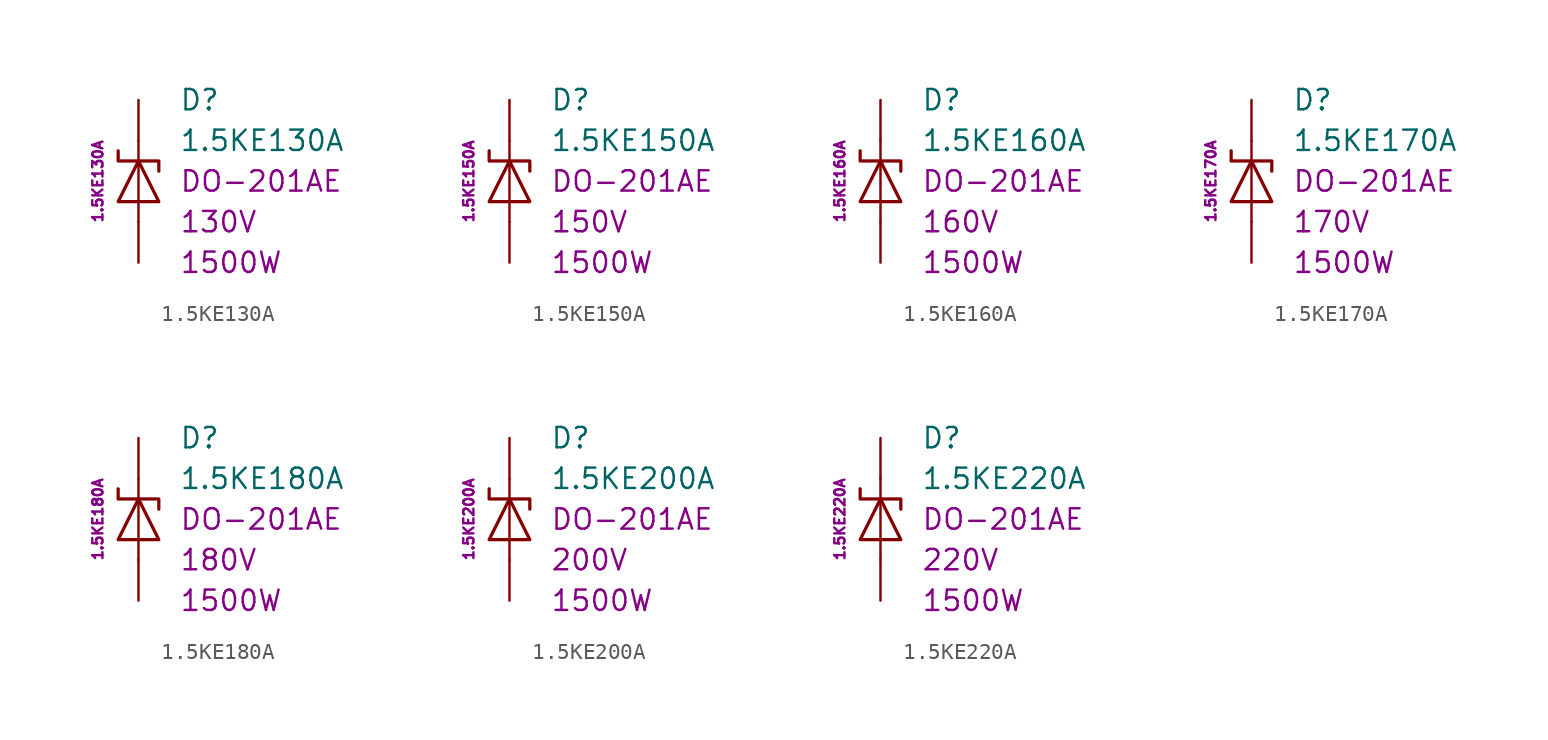
<source format=kicad_sym>
(kicad_symbol_lib
  (version 20201005)
  (generator kicad_symbol_editor)
  (symbol "1.5KE130A"
    (pin_numbers hide)
    (pin_names
      (offset 1.016) hide)
    (property "Reference" "D"
      (at 2.54 5.08 0)
      (effects (font (size 1.27 1.27)) (justify left)))
    (property "Value" "1.5KE130A"
      (at 2.54 2.54 0)
      (effects (font (size 1.27 1.27)) (justify left)))
    (property "Package" "DO-201AE"
      (at 2.54 0 0)
      (effects (font (size 1.27 1.27)) (justify left)))
    (property "Voltage" "130V"
      (at 2.54 -2.54 0)
      (effects (font (size 1.27 1.27)) (justify left)))
    (property "PeakPulsePower" "1500W"
      (at 2.54 -5.08 0)
      (effects (font (size 1.27 1.27)) (justify left)))
    (property "MPN" "1.5KE130A"
      (at -2.54 0 90)
      (effects (font (size 0.635 0.635))))
    (symbol "1.5KE130A_0_1"
      (polyline (pts (xy 0 -2.54) (xy 0 -1.27)) (stroke (width 0)) (fill (type none)))
      (polyline (pts (xy 0 -1.27) (xy 0 1.27)) (stroke (width 0)) (fill (type none)))
      (polyline (pts (xy 0 2.54) (xy 0 1.27)) (stroke (width 0)) (fill (type none)))
      (polyline (pts (xy -1.27 -1.27) (xy 1.27 -1.27) (xy 0 1.27) (xy -1.27 -1.27)) (stroke (width 0.203)) (fill (type none)))
      (polyline (pts (xy -1.27 1.905) (xy -1.27 1.27) (xy 1.27 1.27) (xy 1.27 0.635)) (stroke (width 0.203)) (fill (type none))))
    (symbol "1.5KE130A_1_1"
      (pin passive line (at 0 5.08 270) (length 2.54) (name "K" (effects (font (size 1.27 1.27)))) (number "1" (effects (font (size 1.27 1.27)))))
      (pin passive line (at 0 -5.08 90) (length 2.54) (name "A" (effects (font (size 1.27 1.27)))) (number "2" (effects (font (size 1.27 1.27)))))))
  (symbol "1.5KE150A"
    (pin_numbers hide)
    (pin_names
      (offset 1.016) hide)
    (property "Reference" "D"
      (at 2.54 5.08 0)
      (effects (font (size 1.27 1.27)) (justify left)))
    (property "Value" "1.5KE150A"
      (at 2.54 2.54 0)
      (effects (font (size 1.27 1.27)) (justify left)))
    (property "Package" "DO-201AE"
      (at 2.54 0 0)
      (effects (font (size 1.27 1.27)) (justify left)))
    (property "Voltage" "150V"
      (at 2.54 -2.54 0)
      (effects (font (size 1.27 1.27)) (justify left)))
    (property "PeakPulsePower" "1500W"
      (at 2.54 -5.08 0)
      (effects (font (size 1.27 1.27)) (justify left)))
    (property "MPN" "1.5KE150A"
      (at -2.54 0 90)
      (effects (font (size 0.635 0.635))))
    (symbol "1.5KE150A_0_1"
      (polyline (pts (xy 0 -2.54) (xy 0 -1.27)) (stroke (width 0)) (fill (type none)))
      (polyline (pts (xy 0 -1.27) (xy 0 1.27)) (stroke (width 0)) (fill (type none)))
      (polyline (pts (xy 0 2.54) (xy 0 1.27)) (stroke (width 0)) (fill (type none)))
      (polyline (pts (xy -1.27 -1.27) (xy 1.27 -1.27) (xy 0 1.27) (xy -1.27 -1.27)) (stroke (width 0.203)) (fill (type none)))
      (polyline (pts (xy -1.27 1.905) (xy -1.27 1.27) (xy 1.27 1.27) (xy 1.27 0.635)) (stroke (width 0.203)) (fill (type none))))
    (symbol "1.5KE150A_1_1"
      (pin passive line (at 0 5.08 270) (length 2.54) (name "K" (effects (font (size 1.27 1.27)))) (number "1" (effects (font (size 1.27 1.27)))))
      (pin passive line (at 0 -5.08 90) (length 2.54) (name "A" (effects (font (size 1.27 1.27)))) (number "2" (effects (font (size 1.27 1.27)))))))
  (symbol "1.5KE160A"
    (pin_numbers hide)
    (pin_names
      (offset 1.016) hide)
    (property "Reference" "D"
      (at 2.54 5.08 0)
      (effects (font (size 1.27 1.27)) (justify left)))
    (property "Value" "1.5KE160A"
      (at 2.54 2.54 0)
      (effects (font (size 1.27 1.27)) (justify left)))
    (property "Package" "DO-201AE"
      (at 2.54 0 0)
      (effects (font (size 1.27 1.27)) (justify left)))
    (property "Voltage" "160V"
      (at 2.54 -2.54 0)
      (effects (font (size 1.27 1.27)) (justify left)))
    (property "PeakPulsePower" "1500W"
      (at 2.54 -5.08 0)
      (effects (font (size 1.27 1.27)) (justify left)))
    (property "MPN" "1.5KE160A"
      (at -2.54 0 90)
      (effects (font (size 0.635 0.635))))
    (symbol "1.5KE160A_0_1"
      (polyline (pts (xy 0 -2.54) (xy 0 -1.27)) (stroke (width 0)) (fill (type none)))
      (polyline (pts (xy 0 -1.27) (xy 0 1.27)) (stroke (width 0)) (fill (type none)))
      (polyline (pts (xy 0 2.54) (xy 0 1.27)) (stroke (width 0)) (fill (type none)))
      (polyline (pts (xy -1.27 -1.27) (xy 1.27 -1.27) (xy 0 1.27) (xy -1.27 -1.27)) (stroke (width 0.203)) (fill (type none)))
      (polyline (pts (xy -1.27 1.905) (xy -1.27 1.27) (xy 1.27 1.27) (xy 1.27 0.635)) (stroke (width 0.203)) (fill (type none))))
    (symbol "1.5KE160A_1_1"
      (pin passive line (at 0 5.08 270) (length 2.54) (name "K" (effects (font (size 1.27 1.27)))) (number "1" (effects (font (size 1.27 1.27)))))
      (pin passive line (at 0 -5.08 90) (length 2.54) (name "A" (effects (font (size 1.27 1.27)))) (number "2" (effects (font (size 1.27 1.27)))))))
  (symbol "1.5KE170A"
    (pin_numbers hide)
    (pin_names
      (offset 1.016) hide)
    (property "Reference" "D"
      (at 2.54 5.08 0)
      (effects (font (size 1.27 1.27)) (justify left)))
    (property "Value" "1.5KE170A"
      (at 2.54 2.54 0)
      (effects (font (size 1.27 1.27)) (justify left)))
    (property "Package" "DO-201AE"
      (at 2.54 0 0)
      (effects (font (size 1.27 1.27)) (justify left)))
    (property "Voltage" "170V"
      (at 2.54 -2.54 0)
      (effects (font (size 1.27 1.27)) (justify left)))
    (property "PeakPulsePower" "1500W"
      (at 2.54 -5.08 0)
      (effects (font (size 1.27 1.27)) (justify left)))
    (property "MPN" "1.5KE170A"
      (at -2.54 0 90)
      (effects (font (size 0.635 0.635))))
    (symbol "1.5KE170A_0_1"
      (polyline (pts (xy 0 -2.54) (xy 0 -1.27)) (stroke (width 0)) (fill (type none)))
      (polyline (pts (xy 0 -1.27) (xy 0 1.27)) (stroke (width 0)) (fill (type none)))
      (polyline (pts (xy 0 2.54) (xy 0 1.27)) (stroke (width 0)) (fill (type none)))
      (polyline (pts (xy -1.27 -1.27) (xy 1.27 -1.27) (xy 0 1.27) (xy -1.27 -1.27)) (stroke (width 0.203)) (fill (type none)))
      (polyline (pts (xy -1.27 1.905) (xy -1.27 1.27) (xy 1.27 1.27) (xy 1.27 0.635)) (stroke (width 0.203)) (fill (type none))))
    (symbol "1.5KE170A_1_1"
      (pin passive line (at 0 5.08 270) (length 2.54) (name "K" (effects (font (size 1.27 1.27)))) (number "1" (effects (font (size 1.27 1.27)))))
      (pin passive line (at 0 -5.08 90) (length 2.54) (name "A" (effects (font (size 1.27 1.27)))) (number "2" (effects (font (size 1.27 1.27)))))))
  (symbol "1.5KE180A"
    (pin_numbers hide)
    (pin_names
      (offset 1.016) hide)
    (property "Reference" "D"
      (at 2.54 5.08 0)
      (effects (font (size 1.27 1.27)) (justify left)))
    (property "Value" "1.5KE180A"
      (at 2.54 2.54 0)
      (effects (font (size 1.27 1.27)) (justify left)))
    (property "Package" "DO-201AE"
      (at 2.54 0 0)
      (effects (font (size 1.27 1.27)) (justify left)))
    (property "Voltage" "180V"
      (at 2.54 -2.54 0)
      (effects (font (size 1.27 1.27)) (justify left)))
    (property "PeakPulsePower" "1500W"
      (at 2.54 -5.08 0)
      (effects (font (size 1.27 1.27)) (justify left)))
    (property "MPN" "1.5KE180A"
      (at -2.54 0 90)
      (effects (font (size 0.635 0.635))))
    (symbol "1.5KE180A_0_1"
      (polyline (pts (xy 0 -2.54) (xy 0 -1.27)) (stroke (width 0)) (fill (type none)))
      (polyline (pts (xy 0 -1.27) (xy 0 1.27)) (stroke (width 0)) (fill (type none)))
      (polyline (pts (xy 0 2.54) (xy 0 1.27)) (stroke (width 0)) (fill (type none)))
      (polyline (pts (xy -1.27 -1.27) (xy 1.27 -1.27) (xy 0 1.27) (xy -1.27 -1.27)) (stroke (width 0.203)) (fill (type none)))
      (polyline (pts (xy -1.27 1.905) (xy -1.27 1.27) (xy 1.27 1.27) (xy 1.27 0.635)) (stroke (width 0.203)) (fill (type none))))
    (symbol "1.5KE180A_1_1"
      (pin passive line (at 0 5.08 270) (length 2.54) (name "K" (effects (font (size 1.27 1.27)))) (number "1" (effects (font (size 1.27 1.27)))))
      (pin passive line (at 0 -5.08 90) (length 2.54) (name "A" (effects (font (size 1.27 1.27)))) (number "2" (effects (font (size 1.27 1.27)))))))
  (symbol "1.5KE200A"
    (pin_numbers hide)
    (pin_names
      (offset 1.016) hide)
    (property "Reference" "D"
      (at 2.54 5.08 0)
      (effects (font (size 1.27 1.27)) (justify left)))
    (property "Value" "1.5KE200A"
      (at 2.54 2.54 0)
      (effects (font (size 1.27 1.27)) (justify left)))
    (property "Package" "DO-201AE"
      (at 2.54 0 0)
      (effects (font (size 1.27 1.27)) (justify left)))
    (property "Voltage" "200V"
      (at 2.54 -2.54 0)
      (effects (font (size 1.27 1.27)) (justify left)))
    (property "PeakPulsePower" "1500W"
      (at 2.54 -5.08 0)
      (effects (font (size 1.27 1.27)) (justify left)))
    (property "MPN" "1.5KE200A"
      (at -2.54 0 90)
      (effects (font (size 0.635 0.635))))
    (symbol "1.5KE200A_0_1"
      (polyline (pts (xy 0 -2.54) (xy 0 -1.27)) (stroke (width 0)) (fill (type none)))
      (polyline (pts (xy 0 -1.27) (xy 0 1.27)) (stroke (width 0)) (fill (type none)))
      (polyline (pts (xy 0 2.54) (xy 0 1.27)) (stroke (width 0)) (fill (type none)))
      (polyline (pts (xy -1.27 -1.27) (xy 1.27 -1.27) (xy 0 1.27) (xy -1.27 -1.27)) (stroke (width 0.203)) (fill (type none)))
      (polyline (pts (xy -1.27 1.905) (xy -1.27 1.27) (xy 1.27 1.27) (xy 1.27 0.635)) (stroke (width 0.203)) (fill (type none))))
    (symbol "1.5KE200A_1_1"
      (pin passive line (at 0 5.08 270) (length 2.54) (name "K" (effects (font (size 1.27 1.27)))) (number "1" (effects (font (size 1.27 1.27)))))
      (pin passive line (at 0 -5.08 90) (length 2.54) (name "A" (effects (font (size 1.27 1.27)))) (number "2" (effects (font (size 1.27 1.27)))))))
  (symbol "1.5KE220A"
    (pin_numbers hide)
    (pin_names
      (offset 1.016) hide)
    (property "Reference" "D"
      (at 2.54 5.08 0)
      (effects (font (size 1.27 1.27)) (justify left)))
    (property "Value" "1.5KE220A"
      (at 2.54 2.54 0)
      (effects (font (size 1.27 1.27)) (justify left)))
    (property "Package" "DO-201AE"
      (at 2.54 0 0)
      (effects (font (size 1.27 1.27)) (justify left)))
    (property "Voltage" "220V"
      (at 2.54 -2.54 0)
      (effects (font (size 1.27 1.27)) (justify left)))
    (property "PeakPulsePower" "1500W"
      (at 2.54 -5.08 0)
      (effects (font (size 1.27 1.27)) (justify left)))
    (property "MPN" "1.5KE220A"
      (at -2.54 0 90)
      (effects (font (size 0.635 0.635))))
    (symbol "1.5KE220A_0_1"
      (polyline (pts (xy 0 -2.54) (xy 0 -1.27)) (stroke (width 0)) (fill (type none)))
      (polyline (pts (xy 0 -1.27) (xy 0 1.27)) (stroke (width 0)) (fill (type none)))
      (polyline (pts (xy 0 2.54) (xy 0 1.27)) (stroke (width 0)) (fill (type none)))
      (polyline (pts (xy -1.27 -1.27) (xy 1.27 -1.27) (xy 0 1.27) (xy -1.27 -1.27)) (stroke (width 0.203)) (fill (type none)))
      (polyline (pts (xy -1.27 1.905) (xy -1.27 1.27) (xy 1.27 1.27) (xy 1.27 0.635)) (stroke (width 0.203)) (fill (type none))))
    (symbol "1.5KE220A_1_1"
      (pin passive line (at 0 5.08 270) (length 2.54) (name "K" (effects (font (size 1.27 1.27)))) (number "1" (effects (font (size 1.27 1.27)))))
      (pin passive line (at 0 -5.08 90) (length 2.54) (name "A" (effects (font (size 1.27 1.27)))) (number "2" (effects (font (size 1.27 1.27))))))))
</source>
